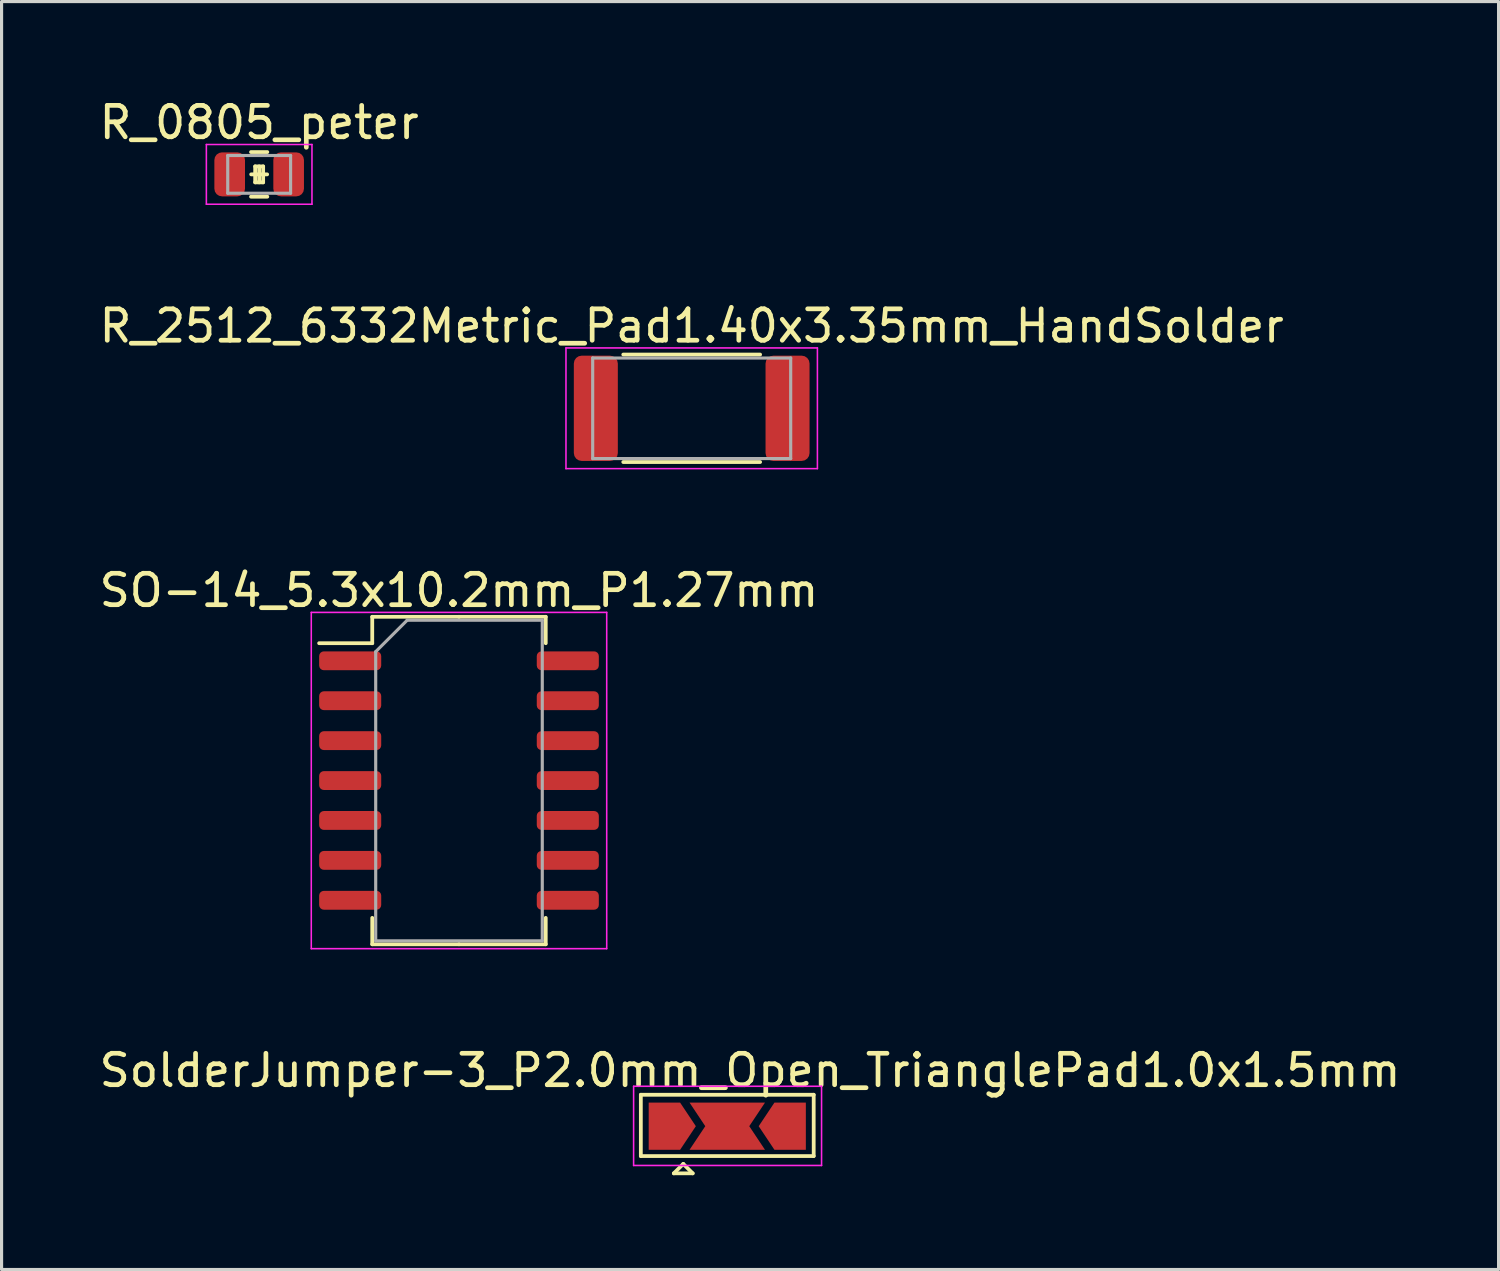
<source format=kicad_pcb>
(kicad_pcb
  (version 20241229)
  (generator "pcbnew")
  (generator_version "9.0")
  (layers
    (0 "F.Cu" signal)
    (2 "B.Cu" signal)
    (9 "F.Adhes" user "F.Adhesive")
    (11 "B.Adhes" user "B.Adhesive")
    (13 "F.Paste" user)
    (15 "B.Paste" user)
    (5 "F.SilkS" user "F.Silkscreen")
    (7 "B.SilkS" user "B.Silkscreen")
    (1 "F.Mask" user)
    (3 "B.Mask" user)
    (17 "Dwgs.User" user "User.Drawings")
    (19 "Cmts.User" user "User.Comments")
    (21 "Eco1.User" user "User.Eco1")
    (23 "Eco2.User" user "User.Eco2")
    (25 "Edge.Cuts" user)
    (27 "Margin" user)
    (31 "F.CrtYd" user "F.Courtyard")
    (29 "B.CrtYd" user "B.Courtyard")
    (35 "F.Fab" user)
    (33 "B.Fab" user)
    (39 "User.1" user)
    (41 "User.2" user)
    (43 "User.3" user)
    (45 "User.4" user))
  (footprint "R_2512_6332Metric_Pad1.40x3.35mm_HandSolder"
    (layer "F.Cu")
    (at 18.958 9.941)
    (property "Reference" "R_2512_6332Metric_Pad1.40x3.35mm_HandSolder" (at 0 -2.62 0) (layer "F.SilkS") (effects (font (size 1 1) (thickness 0.15))))
    (attr smd)
    (fp_line (start -2.177 -1.71) (end 2.177 -1.71) (stroke (width 0.12) (type solid)) (layer "F.SilkS"))
    (fp_line (start -2.177 1.71) (end 2.177 1.71) (stroke (width 0.12) (type solid)) (layer "F.SilkS"))
    (fp_line (start -4 -1.92) (end 4 -1.92) (stroke (width 0.05) (type solid)) (layer "F.CrtYd"))
    (fp_line (start -4 1.92) (end -4 -1.92) (stroke (width 0.05) (type solid)) (layer "F.CrtYd"))
    (fp_line (start 4 -1.92) (end 4 1.92) (stroke (width 0.05) (type solid)) (layer "F.CrtYd"))
    (fp_line (start 4 1.92) (end -4 1.92) (stroke (width 0.05) (type solid)) (layer "F.CrtYd"))
    (fp_line (start -3.15 -1.6) (end 3.15 -1.6) (stroke (width 0.1) (type solid)) (layer "F.Fab"))
    (fp_line (start -3.15 1.6) (end -3.15 -1.6) (stroke (width 0.1) (type solid)) (layer "F.Fab"))
    (fp_line (start 3.15 -1.6) (end 3.15 1.6) (stroke (width 0.1) (type solid)) (layer "F.Fab"))
    (fp_line (start 3.15 1.6) (end -3.15 1.6) (stroke (width 0.1) (type solid)) (layer "F.Fab"))
    (pad "1" smd roundrect (at -3.05 0) (size 1.4 3.35) (layers "F.Cu" "F.Mask" "F.Paste") (roundrect_rratio 0.179))
    (pad "2" smd roundrect (at 3.05 0) (size 1.4 3.35) (layers "F.Cu" "F.Mask" "F.Paste") (roundrect_rratio 0.179)))
  (footprint "R_0805_peter"
    (layer "F.Cu")
    (at 5.196 2.498)
    (property "Reference" "R_0805_peter" (at 0 -1.65 180) (layer "F.SilkS") (effects (font (size 1 1) (thickness 0.15))))
    (attr smd)
    (fp_line (start -0.259 -0.71) (end 0.259 -0.71) (stroke (width 0.12) (type solid)) (layer "F.SilkS"))
    (fp_line (start -0.259 0.71) (end 0.259 0.71) (stroke (width 0.12) (type solid)) (layer "F.SilkS"))
    (fp_line (start -0.254 0) (end 0.254 0) (stroke (width 0.12) (type solid)) (layer "F.SilkS"))
    (fp_line (start -0.127 -0.254) (end 0.127 -0.254) (stroke (width 0.12) (type solid)) (layer "F.SilkS"))
    (fp_line (start -0.127 0) (end -0.127 -0.254) (stroke (width 0.12) (type solid)) (layer "F.SilkS"))
    (fp_line (start -0.127 0.254) (end -0.127 0) (stroke (width 0.12) (type solid)) (layer "F.SilkS"))
    (fp_line (start 0 0.254) (end 0 -0.254) (stroke (width 0.12) (type solid)) (layer "F.SilkS"))
    (fp_line (start 0.127 -0.254) (end 0.127 0.254) (stroke (width 0.12) (type solid)) (layer "F.SilkS"))
    (fp_line (start 0.127 0.254) (end -0.127 0.254) (stroke (width 0.12) (type solid)) (layer "F.SilkS"))
    (fp_line (start -1.68 -0.95) (end 1.68 -0.95) (stroke (width 0.05) (type solid)) (layer "F.CrtYd"))
    (fp_line (start -1.68 0.95) (end -1.68 -0.95) (stroke (width 0.05) (type solid)) (layer "F.CrtYd"))
    (fp_line (start 1.68 -0.95) (end 1.68 0.95) (stroke (width 0.05) (type solid)) (layer "F.CrtYd"))
    (fp_line (start 1.68 0.95) (end -1.68 0.95) (stroke (width 0.05) (type solid)) (layer "F.CrtYd"))
    (fp_line (start -1 -0.6) (end 1 -0.6) (stroke (width 0.1) (type solid)) (layer "F.Fab"))
    (fp_line (start -1 0.6) (end -1 -0.6) (stroke (width 0.1) (type solid)) (layer "F.Fab"))
    (fp_line (start 1 -0.6) (end 1 0.6) (stroke (width 0.1) (type solid)) (layer "F.Fab"))
    (fp_line (start 1 0.6) (end -1 0.6) (stroke (width 0.1) (type solid)) (layer "F.Fab"))
    (pad "1" smd roundrect (at -0.938 0) (size 0.975 1.4) (layers "F.Cu" "F.Mask" "F.Paste") (roundrect_rratio 0.25))
    (pad "2" smd roundrect (at 0.938 0) (size 0.975 1.4) (layers "F.Cu" "F.Mask" "F.Paste") (roundrect_rratio 0.25)))
  (footprint "SO-14_5.3x10.2mm_P1.27mm"
    (layer "F.Cu")
    (at 11.554 21.785)
    (property "Reference" "SO-14_5.3x10.2mm_P1.27mm" (at 0 -6.05 0) (layer "F.SilkS") (effects (font (size 1 1) (thickness 0.15))))
    (attr smd)
    (fp_line (start -2.76 -5.21) (end -2.76 -4.37) (stroke (width 0.12) (type solid)) (layer "F.SilkS"))
    (fp_line (start -2.76 -4.37) (end -4.45 -4.37) (stroke (width 0.12) (type solid)) (layer "F.SilkS"))
    (fp_line (start -2.76 5.21) (end -2.76 4.37) (stroke (width 0.12) (type solid)) (layer "F.SilkS"))
    (fp_line (start 0 -5.21) (end -2.76 -5.21) (stroke (width 0.12) (type solid)) (layer "F.SilkS"))
    (fp_line (start 0 -5.21) (end 2.76 -5.21) (stroke (width 0.12) (type solid)) (layer "F.SilkS"))
    (fp_line (start 0 5.21) (end -2.76 5.21) (stroke (width 0.12) (type solid)) (layer "F.SilkS"))
    (fp_line (start 0 5.21) (end 2.76 5.21) (stroke (width 0.12) (type solid)) (layer "F.SilkS"))
    (fp_line (start 2.76 -5.21) (end 2.76 -4.37) (stroke (width 0.12) (type solid)) (layer "F.SilkS"))
    (fp_line (start 2.76 5.21) (end 2.76 4.37) (stroke (width 0.12) (type solid)) (layer "F.SilkS"))
    (fp_line (start -4.7 -5.35) (end -4.7 5.35) (stroke (width 0.05) (type solid)) (layer "F.CrtYd"))
    (fp_line (start -4.7 5.35) (end 4.7 5.35) (stroke (width 0.05) (type solid)) (layer "F.CrtYd"))
    (fp_line (start 4.7 -5.35) (end -4.7 -5.35) (stroke (width 0.05) (type solid)) (layer "F.CrtYd"))
    (fp_line (start 4.7 5.35) (end 4.7 -5.35) (stroke (width 0.05) (type solid)) (layer "F.CrtYd"))
    (fp_line (start -2.65 -4.1) (end -1.65 -5.1) (stroke (width 0.1) (type solid)) (layer "F.Fab"))
    (fp_line (start -2.65 5.1) (end -2.65 -4.1) (stroke (width 0.1) (type solid)) (layer "F.Fab"))
    (fp_line (start -1.65 -5.1) (end 2.65 -5.1) (stroke (width 0.1) (type solid)) (layer "F.Fab"))
    (fp_line (start 2.65 -5.1) (end 2.65 5.1) (stroke (width 0.1) (type solid)) (layer "F.Fab"))
    (fp_line (start 2.65 5.1) (end -2.65 5.1) (stroke (width 0.1) (type solid)) (layer "F.Fab"))
    (pad "1" smd roundrect (at -3.462 -3.81) (size 1.975 0.6) (layers "F.Cu" "F.Mask" "F.Paste") (roundrect_rratio 0.25))
    (pad "2" smd roundrect (at -3.462 -2.54) (size 1.975 0.6) (layers "F.Cu" "F.Mask" "F.Paste") (roundrect_rratio 0.25))
    (pad "3" smd roundrect (at -3.462 -1.27) (size 1.975 0.6) (layers "F.Cu" "F.Mask" "F.Paste") (roundrect_rratio 0.25))
    (pad "4" smd roundrect (at -3.462 0) (size 1.975 0.6) (layers "F.Cu" "F.Mask" "F.Paste") (roundrect_rratio 0.25))
    (pad "5" smd roundrect (at -3.462 1.27) (size 1.975 0.6) (layers "F.Cu" "F.Mask" "F.Paste") (roundrect_rratio 0.25))
    (pad "6" smd roundrect (at -3.462 2.54) (size 1.975 0.6) (layers "F.Cu" "F.Mask" "F.Paste") (roundrect_rratio 0.25))
    (pad "7" smd roundrect (at -3.462 3.81) (size 1.975 0.6) (layers "F.Cu" "F.Mask" "F.Paste") (roundrect_rratio 0.25))
    (pad "8" smd roundrect (at 3.462 3.81) (size 1.975 0.6) (layers "F.Cu" "F.Mask" "F.Paste") (roundrect_rratio 0.25))
    (pad "9" smd roundrect (at 3.462 2.54) (size 1.975 0.6) (layers "F.Cu" "F.Mask" "F.Paste") (roundrect_rratio 0.25))
    (pad "10" smd roundrect (at 3.462 1.27) (size 1.975 0.6) (layers "F.Cu" "F.Mask" "F.Paste") (roundrect_rratio 0.25))
    (pad "11" smd roundrect (at 3.462 0) (size 1.975 0.6) (layers "F.Cu" "F.Mask" "F.Paste") (roundrect_rratio 0.25))
    (pad "12" smd roundrect (at 3.462 -1.27) (size 1.975 0.6) (layers "F.Cu" "F.Mask" "F.Paste") (roundrect_rratio 0.25))
    (pad "13" smd roundrect (at 3.462 -2.54) (size 1.975 0.6) (layers "F.Cu" "F.Mask" "F.Paste") (roundrect_rratio 0.25))
    (pad "14" smd roundrect (at 3.462 -3.81) (size 1.975 0.6) (layers "F.Cu" "F.Mask" "F.Paste") (roundrect_rratio 0.25)))
  (footprint "SolderJumper-3_P2.0mm_Open_TrianglePad1.0x1.5mm"
    (layer "F.Cu")
    (at 20.09 32.783)
    (property "Reference" "SolderJumper-3_P2.0mm_Open_TrianglePad1.0x1.5mm" (at 0.725 -1.775 0) (layer "F.SilkS") (effects (font (size 1 1) (thickness 0.15))))
    (attr exclude_from_pos_files exclude_from_bom)
    (fp_line (start -2.75 -1) (end 2.75 -1) (stroke (width 0.12) (type solid)) (layer "F.SilkS"))
    (fp_line (start -2.75 0.95) (end -2.75 -1) (stroke (width 0.12) (type solid)) (layer "F.SilkS"))
    (fp_line (start -1.7 1.5) (end -1.1 1.5) (stroke (width 0.12) (type solid)) (layer "F.SilkS"))
    (fp_line (start -1.4 1.2) (end -1.7 1.5) (stroke (width 0.12) (type solid)) (layer "F.SilkS"))
    (fp_line (start -1.1 1.5) (end -1.4 1.2) (stroke (width 0.12) (type solid)) (layer "F.SilkS"))
    (fp_line (start 2.75 -1) (end 2.75 0.95) (stroke (width 0.12) (type solid)) (layer "F.SilkS"))
    (fp_line (start 2.75 0.95) (end -2.75 0.95) (stroke (width 0.12) (type solid)) (layer "F.SilkS"))
    (fp_line (start -2.98 -1.27) (end -2.98 1.25) (stroke (width 0.05) (type solid)) (layer "F.CrtYd"))
    (fp_line (start -2.98 -1.27) (end 3 -1.27) (stroke (width 0.05) (type solid)) (layer "F.CrtYd"))
    (fp_line (start 3 1.25) (end -2.98 1.25) (stroke (width 0.05) (type solid)) (layer "F.CrtYd"))
    (fp_line (start 3 1.25) (end 3 -1.27) (stroke (width 0.05) (type solid)) (layer "F.CrtYd"))
    (pad "" smd rect (at -1.2 0) (size 1.5 1.5) (layers "F.Mask"))
    (pad "" smd rect (at 1.2 0) (size 1.5 1.5) (layers "F.Mask"))
    (pad "1" smd custom (at -2 0) (size 0.3 0.3) (layers "F.Cu" "F.Mask") (options (anchor rect)) (primitives (gr_poly (pts (xy -0.5 -0.75) (xy 0.5 -0.75) (xy 1 0) (xy 0.5 0.75) (xy -0.5 0.75)) (width 0) (fill yes))))
    (pad "2" smd custom (at 0 0) (size 0.3 0.3) (layers "F.Cu") (options (anchor rect)) (primitives (gr_poly (pts (xy -1.2 -0.75) (xy 1.2 -0.75) (xy 0.7 0) (xy 1.2 0.75) (xy -1.2 0.75) (xy -0.7 0)) (width 0) (fill yes))))
    (pad "3" smd custom (at 2 0 180) (size 0.3 0.3) (layers "F.Cu" "F.Mask") (options (anchor rect)) (primitives (gr_poly (pts (xy -0.5 -0.75) (xy 0.5 -0.75) (xy 1 0) (xy 0.5 0.75) (xy -0.5 0.75)) (width 0) (fill yes)))))
  (gr_rect
    (start -3 -3)
    (end 44.631 37.343)
    (stroke (width 0.1) (type default))
    (fill no)
    (layer "Edge.Cuts")))
</source>
